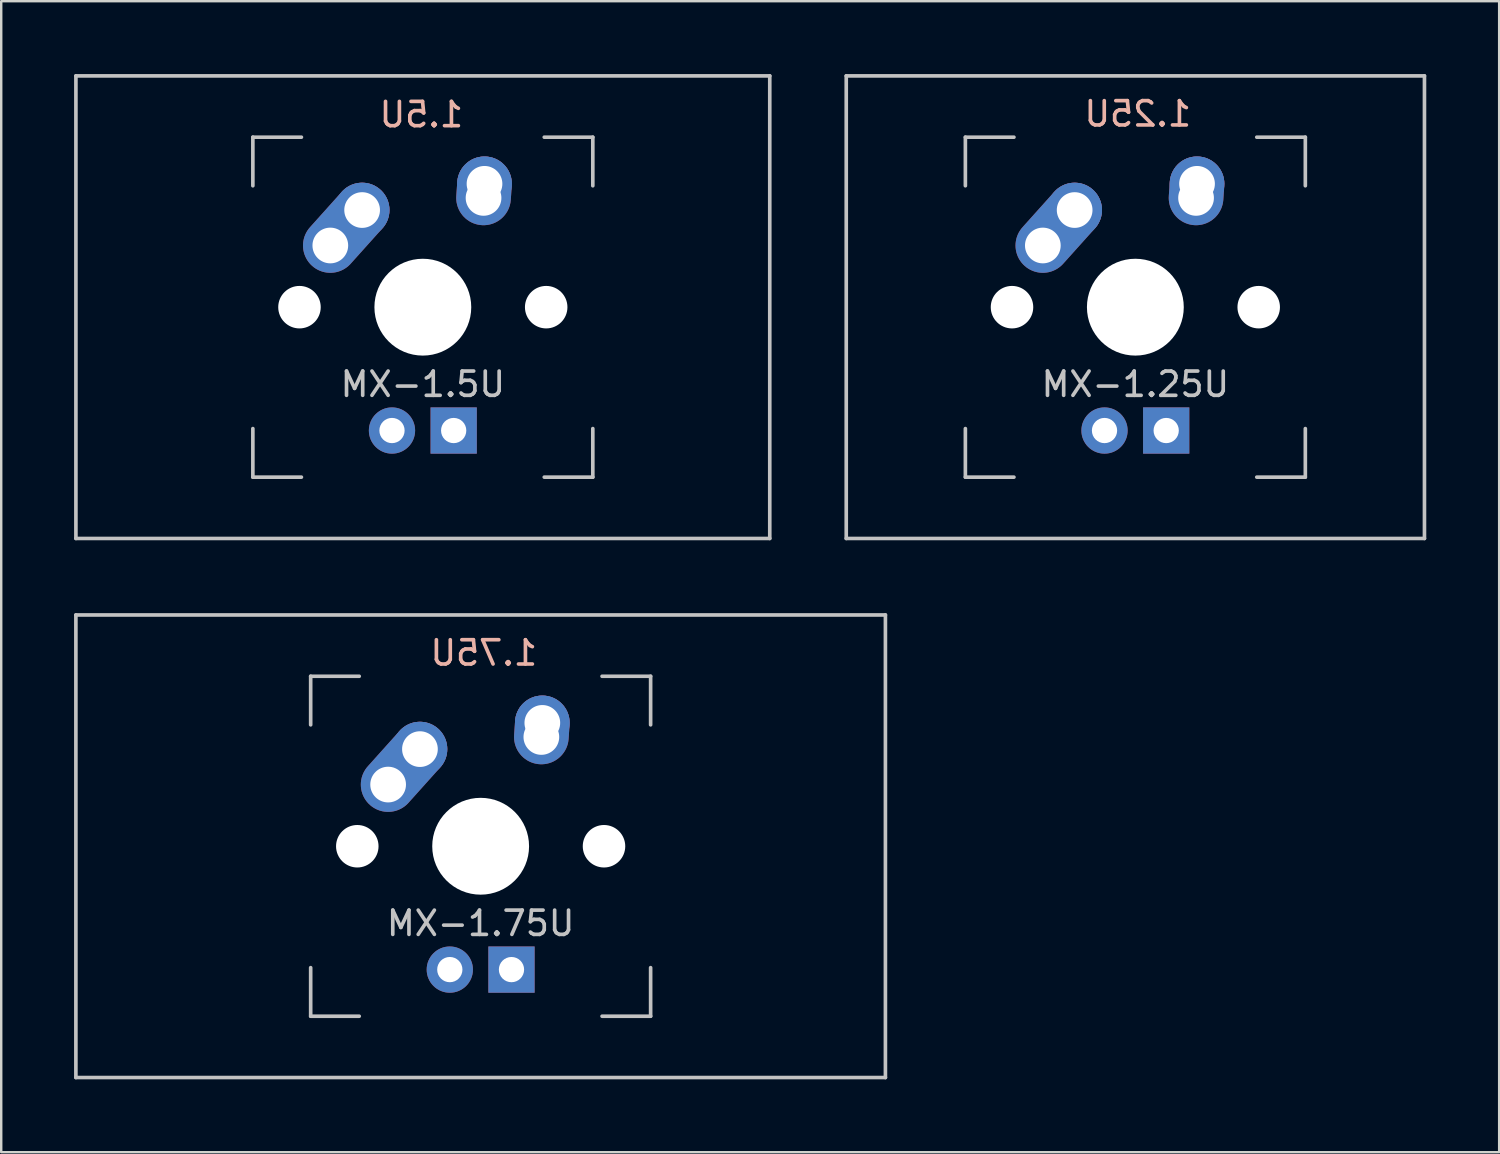
<source format=kicad_pcb>
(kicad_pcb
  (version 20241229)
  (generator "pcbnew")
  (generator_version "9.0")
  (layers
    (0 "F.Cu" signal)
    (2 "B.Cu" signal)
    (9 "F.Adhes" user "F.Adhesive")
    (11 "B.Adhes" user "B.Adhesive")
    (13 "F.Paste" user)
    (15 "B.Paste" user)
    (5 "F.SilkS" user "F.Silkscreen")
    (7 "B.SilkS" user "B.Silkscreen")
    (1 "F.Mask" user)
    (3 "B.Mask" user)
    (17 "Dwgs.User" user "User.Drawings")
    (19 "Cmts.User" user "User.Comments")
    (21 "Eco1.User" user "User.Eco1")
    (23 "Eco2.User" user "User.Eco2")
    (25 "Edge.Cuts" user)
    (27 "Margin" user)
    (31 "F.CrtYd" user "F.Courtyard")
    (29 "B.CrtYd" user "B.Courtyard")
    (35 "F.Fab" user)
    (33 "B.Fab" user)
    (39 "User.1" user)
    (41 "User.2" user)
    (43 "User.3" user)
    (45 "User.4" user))
  (footprint "MX-1.25U"
    (layer "F.Cu")
    (at 43.706 9.6)
    (property "Reference" "MX-1.25U" (at 0 3.175 0) (layer "Dwgs.User") (effects (font (size 1 1) (thickness 0.15))))
    (property "Value" "1.25U" (at 0 -7.938 0) (layer "Dwgs.User") (hide yes) (effects (font (size 1 1) (thickness 0.15))))
    (attr through_hole)
    (fp_line (start -11.906 -9.525) (end 11.906 -9.525) (stroke (width 0.15) (type solid)) (layer "Dwgs.User"))
    (fp_line (start -11.906 9.525) (end -11.906 -9.525) (stroke (width 0.15) (type solid)) (layer "Dwgs.User"))
    (fp_line (start -7 -7) (end -7 -5) (stroke (width 0.15) (type solid)) (layer "Dwgs.User"))
    (fp_line (start -7 5) (end -7 7) (stroke (width 0.15) (type solid)) (layer "Dwgs.User"))
    (fp_line (start -7 7) (end -5 7) (stroke (width 0.15) (type solid)) (layer "Dwgs.User"))
    (fp_line (start -5 -7) (end -7 -7) (stroke (width 0.15) (type solid)) (layer "Dwgs.User"))
    (fp_line (start 5 -7) (end 7 -7) (stroke (width 0.15) (type solid)) (layer "Dwgs.User"))
    (fp_line (start 5 7) (end 7 7) (stroke (width 0.15) (type solid)) (layer "Dwgs.User"))
    (fp_line (start 7 -7) (end 7 -5) (stroke (width 0.15) (type solid)) (layer "Dwgs.User"))
    (fp_line (start 7 7) (end 7 5) (stroke (width 0.15) (type solid)) (layer "Dwgs.User"))
    (fp_line (start 11.906 -9.525) (end 11.906 9.525) (stroke (width 0.15) (type solid)) (layer "Dwgs.User"))
    (fp_line (start 11.906 9.525) (end -11.906 9.525) (stroke (width 0.15) (type solid)) (layer "Dwgs.User"))
    (fp_text user "${VALUE}" (at 0.1 -7.96 0) (layer "B.SilkS") (effects (font (size 1 1) (thickness 0.15)) (justify mirror)))
    (pad "" np_thru_hole circle (at -5.08 0 48.1) (size 1.75 1.75) (drill 1.75) (layers "*.Cu" "*.Mask"))
    (pad "" np_thru_hole circle (at 0 0) (size 3.988 3.988) (drill 3.988) (layers "*.Cu" "*.Mask"))
    (pad "" np_thru_hole circle (at 5.08 0 48.1) (size 1.75 1.75) (drill 1.75) (layers "*.Cu" "*.Mask"))
    (pad "1" thru_hole oval (at -3.81 -2.54 48.099) (size 4.212 2.25) (drill 1.47 (offset 0.981 0)) (layers "*.Cu" "*.Mask"))
    (pad "1" thru_hole circle (at -2.5 -4) (size 2.25 2.25) (drill 1.47) (layers "*.Cu" "*.Mask"))
    (pad "2" thru_hole oval (at 2.5 -4.5 86.054) (size 2.831 2.25) (drill 1.47 (offset 0.291 0)) (layers "*.Cu" "*.Mask"))
    (pad "2" thru_hole circle (at 2.54 -5.08) (size 2.25 2.25) (drill 1.47) (layers "*.Cu" "*.Mask"))
    (pad "3" thru_hole circle (at -1.27 5.08) (size 1.905 1.905) (drill 1.04) (layers "*.Cu" "B.Mask"))
    (pad "4" thru_hole rect (at 1.27 5.08) (size 1.905 1.905) (drill 1.04) (layers "*.Cu" "B.Mask")))
  (footprint "MX-1.5U"
    (layer "F.Cu")
    (at 14.363 9.6)
    (property "Reference" "MX-1.5U" (at 0 3.175 0) (layer "Dwgs.User") (effects (font (size 1 1) (thickness 0.15))))
    (property "Value" "1.5U" (at 0 -7.938 0) (layer "Dwgs.User") (hide yes) (effects (font (size 1 1) (thickness 0.15))))
    (attr through_hole)
    (fp_line (start -14.287 -9.525) (end 14.287 -9.525) (stroke (width 0.15) (type solid)) (layer "Dwgs.User"))
    (fp_line (start -14.287 9.525) (end -14.287 -9.525) (stroke (width 0.15) (type solid)) (layer "Dwgs.User"))
    (fp_line (start -7 -7) (end -7 -5) (stroke (width 0.15) (type solid)) (layer "Dwgs.User"))
    (fp_line (start -7 5) (end -7 7) (stroke (width 0.15) (type solid)) (layer "Dwgs.User"))
    (fp_line (start -7 7) (end -5 7) (stroke (width 0.15) (type solid)) (layer "Dwgs.User"))
    (fp_line (start -5 -7) (end -7 -7) (stroke (width 0.15) (type solid)) (layer "Dwgs.User"))
    (fp_line (start 5 -7) (end 7 -7) (stroke (width 0.15) (type solid)) (layer "Dwgs.User"))
    (fp_line (start 5 7) (end 7 7) (stroke (width 0.15) (type solid)) (layer "Dwgs.User"))
    (fp_line (start 7 -7) (end 7 -5) (stroke (width 0.15) (type solid)) (layer "Dwgs.User"))
    (fp_line (start 7 7) (end 7 5) (stroke (width 0.15) (type solid)) (layer "Dwgs.User"))
    (fp_line (start 14.287 -9.525) (end 14.287 9.525) (stroke (width 0.15) (type solid)) (layer "Dwgs.User"))
    (fp_line (start 14.287 9.525) (end -14.287 9.525) (stroke (width 0.15) (type solid)) (layer "Dwgs.User"))
    (fp_text user "${VALUE}" (at -0.06 -7.93 0) (layer "B.SilkS") (effects (font (size 1 1) (thickness 0.15)) (justify mirror)))
    (pad "" np_thru_hole circle (at -5.08 0 48.1) (size 1.75 1.75) (drill 1.75) (layers "*.Cu" "*.Mask"))
    (pad "" np_thru_hole circle (at 0 0) (size 3.988 3.988) (drill 3.988) (layers "*.Cu" "*.Mask"))
    (pad "" np_thru_hole circle (at 5.08 0 48.1) (size 1.75 1.75) (drill 1.75) (layers "*.Cu" "*.Mask"))
    (pad "1" thru_hole oval (at -3.81 -2.54 48.099) (size 4.212 2.25) (drill 1.47 (offset 0.981 0)) (layers "*.Cu" "*.Mask"))
    (pad "1" thru_hole circle (at -2.5 -4) (size 2.25 2.25) (drill 1.47) (layers "*.Cu" "*.Mask"))
    (pad "2" thru_hole oval (at 2.5 -4.5 86.054) (size 2.831 2.25) (drill 1.47 (offset 0.291 0)) (layers "*.Cu" "*.Mask"))
    (pad "2" thru_hole circle (at 2.54 -5.08) (size 2.25 2.25) (drill 1.47) (layers "*.Cu" "*.Mask"))
    (pad "3" thru_hole circle (at -1.27 5.08) (size 1.905 1.905) (drill 1.04) (layers "*.Cu" "B.Mask"))
    (pad "4" thru_hole rect (at 1.27 5.08) (size 1.905 1.905) (drill 1.04) (layers "*.Cu" "B.Mask")))
  (footprint "MX-1.75U"
    (layer "F.Cu")
    (at 16.744 31.8)
    (property "Reference" "MX-1.75U" (at 0 3.175 0) (layer "Dwgs.User") (effects (font (size 1 1) (thickness 0.15))))
    (property "Value" "1.75U" (at 0 -7.938 0) (layer "Dwgs.User") (hide yes) (effects (font (size 1 1) (thickness 0.15))))
    (attr through_hole)
    (fp_line (start -16.669 -9.525) (end 16.669 -9.525) (stroke (width 0.15) (type solid)) (layer "Dwgs.User"))
    (fp_line (start -16.669 9.525) (end -16.669 -9.525) (stroke (width 0.15) (type solid)) (layer "Dwgs.User"))
    (fp_line (start -7 -7) (end -7 -5) (stroke (width 0.15) (type solid)) (layer "Dwgs.User"))
    (fp_line (start -7 5) (end -7 7) (stroke (width 0.15) (type solid)) (layer "Dwgs.User"))
    (fp_line (start -7 7) (end -5 7) (stroke (width 0.15) (type solid)) (layer "Dwgs.User"))
    (fp_line (start -5 -7) (end -7 -7) (stroke (width 0.15) (type solid)) (layer "Dwgs.User"))
    (fp_line (start 5 -7) (end 7 -7) (stroke (width 0.15) (type solid)) (layer "Dwgs.User"))
    (fp_line (start 5 7) (end 7 7) (stroke (width 0.15) (type solid)) (layer "Dwgs.User"))
    (fp_line (start 7 -7) (end 7 -5) (stroke (width 0.15) (type solid)) (layer "Dwgs.User"))
    (fp_line (start 7 7) (end 7 5) (stroke (width 0.15) (type solid)) (layer "Dwgs.User"))
    (fp_line (start 16.669 -9.525) (end 16.669 9.525) (stroke (width 0.15) (type solid)) (layer "Dwgs.User"))
    (fp_line (start 16.669 9.525) (end -16.669 9.525) (stroke (width 0.15) (type solid)) (layer "Dwgs.User"))
    (fp_text user "${VALUE}" (at 0.13 -7.96 0) (layer "B.SilkS") (effects (font (size 1 1) (thickness 0.15)) (justify mirror)))
    (pad "" np_thru_hole circle (at -5.08 0 48.1) (size 1.75 1.75) (drill 1.75) (layers "*.Cu" "*.Mask"))
    (pad "" np_thru_hole circle (at 0 0) (size 3.988 3.988) (drill 3.988) (layers "*.Cu" "*.Mask"))
    (pad "" np_thru_hole circle (at 5.08 0 48.1) (size 1.75 1.75) (drill 1.75) (layers "*.Cu" "*.Mask"))
    (pad "1" thru_hole oval (at -3.81 -2.54 48.099) (size 4.212 2.25) (drill 1.47 (offset 0.981 0)) (layers "*.Cu" "*.Mask"))
    (pad "1" thru_hole circle (at -2.5 -4) (size 2.25 2.25) (drill 1.47) (layers "*.Cu" "*.Mask"))
    (pad "2" thru_hole oval (at 2.5 -4.5 86.054) (size 2.831 2.25) (drill 1.47 (offset 0.291 0)) (layers "*.Cu" "*.Mask"))
    (pad "2" thru_hole circle (at 2.54 -5.08) (size 2.25 2.25) (drill 1.47) (layers "*.Cu" "*.Mask"))
    (pad "3" thru_hole circle (at -1.27 5.08) (size 1.905 1.905) (drill 1.04) (layers "*.Cu" "B.Mask"))
    (pad "4" thru_hole rect (at 1.27 5.08) (size 1.905 1.905) (drill 1.04) (layers "*.Cu" "B.Mask")))
  (gr_rect
    (start -3 -3)
    (end 58.688 44.4)
    (stroke (width 0.1) (type default))
    (fill no)
    (layer "Edge.Cuts")))
</source>
